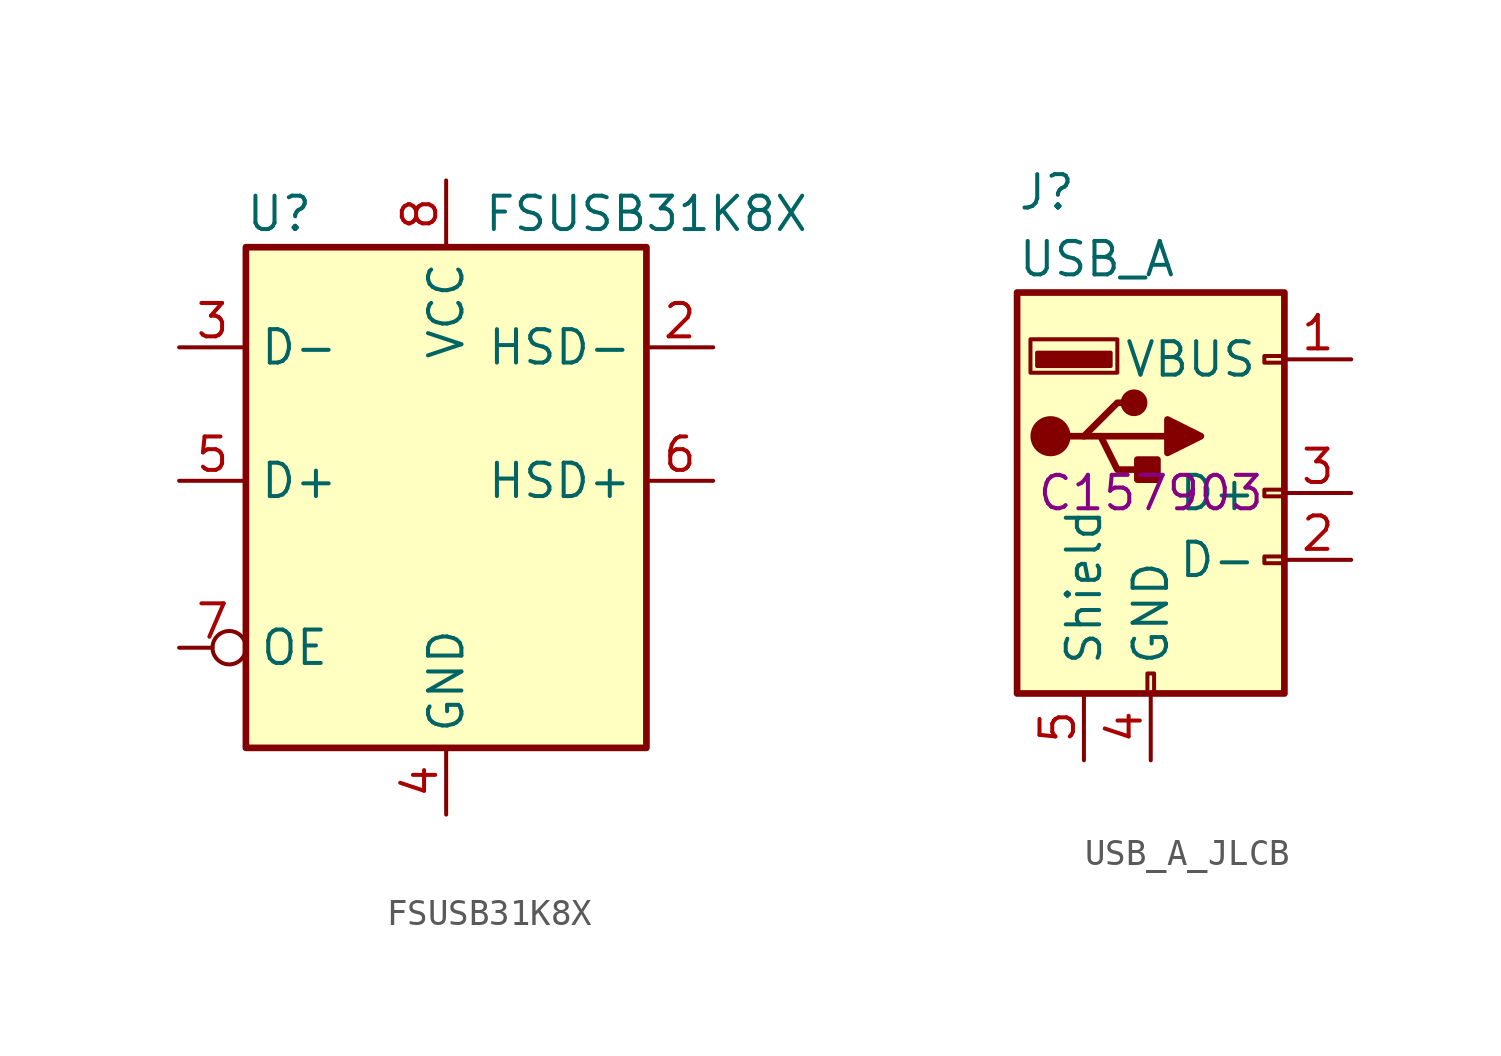
<source format=kicad_sym>
(kicad_symbol_lib
  (version 20220914)
  (generator kicad_symbol_editor)
  (symbol "FSUSB31K8X"
    (property "Reference" "U"
      (at -6.35 11.43 0)
      (effects (font (size 1.27 1.27))))
    (property "Value" "FSUSB31K8X"
      (at 7.62 11.43 0)
      (effects (font (size 1.27 1.27))))
    (symbol "FSUSB31K8X_0_1"
      (rectangle (start -7.62 10.16) (end 7.62 -8.89) (stroke (width 0.254) (type default)) (fill (type background))))
    (symbol "FSUSB31K8X_1_1"
      (pin free line (at 10.16 -5.08 180) (length 2.54) hide (name "NC" (effects (font (size 1.27 1.27)))) (number "1" (effects (font (size 1.27 1.27)))))
      (pin bidirectional line (at 10.16 6.35 180) (length 2.54) (name "HSD-" (effects (font (size 1.27 1.27)))) (number "2" (effects (font (size 1.27 1.27)))))
      (pin bidirectional line (at -10.16 6.35 0) (length 2.54) (name "D-" (effects (font (size 1.27 1.27)))) (number "3" (effects (font (size 1.27 1.27)))))
      (pin power_in line (at 0 -11.43 90) (length 2.54) (name "GND" (effects (font (size 1.27 1.27)))) (number "4" (effects (font (size 1.27 1.27)))))
      (pin bidirectional line (at -10.16 1.27 0) (length 2.54) (name "D+" (effects (font (size 1.27 1.27)))) (number "5" (effects (font (size 1.27 1.27)))))
      (pin bidirectional line (at 10.16 1.27 180) (length 2.54) (name "HSD+" (effects (font (size 1.27 1.27)))) (number "6" (effects (font (size 1.27 1.27)))))
      (pin input inverted (at -10.16 -5.08 0) (length 2.54) (name "OE" (effects (font (size 1.27 1.27)))) (number "7" (effects (font (size 1.27 1.27)))))
      (pin power_in line (at 0 12.7 270) (length 2.54) (name "VCC" (effects (font (size 1.27 1.27)))) (number "8" (effects (font (size 1.27 1.27)))))))
  (symbol "USB_A_JLCB"
    (pin_names
      (offset 1.016))
    (property "Reference" "J"
      (at -5.08 11.43 0)
      (effects (font (size 1.27 1.27)) (justify left)))
    (property "Value" "USB_A"
      (at -5.08 8.89 0)
      (effects (font (size 1.27 1.27)) (justify left)))
    (property "JLC" "C157903"
      (at 0 0 0)
      (effects (font (size 1.27 1.27))))
    (symbol "USB_A_JLCB_0_1"
      (rectangle (start -5.08 -7.62) (end 5.08 7.62) (stroke (width 0.254) (type default)) (fill (type background)))
      (circle (center -3.81 2.159) (radius 0.635) (stroke (width 0.254) (type default)) (fill (type outline)))
      (rectangle (start -1.524 4.826) (end -4.318 5.334) (stroke (width 0) (type default)) (fill (type outline)))
      (rectangle (start -1.27 4.572) (end -4.572 5.842) (stroke (width 0) (type default)) (fill (type none)))
      (circle (center -0.635 3.429) (radius 0.381) (stroke (width 0.254) (type default)) (fill (type outline)))
      (rectangle (start -0.127 -7.62) (end 0.127 -6.858) (stroke (width 0) (type default)) (fill (type none)))
      (polyline (pts (xy -3.175 2.159) (xy -2.54 2.159) (xy -1.27 3.429) (xy -0.635 3.429)) (stroke (width 0.254) (type default)) (fill (type none)))
      (polyline (pts (xy -2.54 2.159) (xy -1.905 2.159) (xy -1.27 0.889) (xy 0 0.889)) (stroke (width 0.254) (type default)) (fill (type none)))
      (polyline (pts (xy 0.635 2.794) (xy 0.635 1.524) (xy 1.905 2.159) (xy 0.635 2.794)) (stroke (width 0.254) (type default)) (fill (type outline)))
      (rectangle (start 0.254 1.27) (end -0.508 0.508) (stroke (width 0.254) (type default)) (fill (type outline)))
      (rectangle (start 5.08 -2.667) (end 4.318 -2.413) (stroke (width 0) (type default)) (fill (type none)))
      (rectangle (start 5.08 -0.127) (end 4.318 0.127) (stroke (width 0) (type default)) (fill (type none)))
      (rectangle (start 5.08 4.953) (end 4.318 5.207) (stroke (width 0) (type default)) (fill (type none))))
    (symbol "USB_A_JLCB_1_1"
      (polyline (pts (xy -1.905 2.159) (xy 0.635 2.159)) (stroke (width 0.254) (type default)) (fill (type none)))
      (pin power_in line (at 7.62 5.08 180) (length 2.54) (name "VBUS" (effects (font (size 1.27 1.27)))) (number "1" (effects (font (size 1.27 1.27)))))
      (pin bidirectional line (at 7.62 -2.54 180) (length 2.54) (name "D-" (effects (font (size 1.27 1.27)))) (number "2" (effects (font (size 1.27 1.27)))))
      (pin bidirectional line (at 7.62 0 180) (length 2.54) (name "D+" (effects (font (size 1.27 1.27)))) (number "3" (effects (font (size 1.27 1.27)))))
      (pin power_in line (at 0 -10.16 90) (length 2.54) (name "GND" (effects (font (size 1.27 1.27)))) (number "4" (effects (font (size 1.27 1.27)))))
      (pin passive line (at -2.54 -10.16 90) (length 2.54) (name "Shield" (effects (font (size 1.27 1.27)))) (number "5" (effects (font (size 1.27 1.27))))))))
</source>
